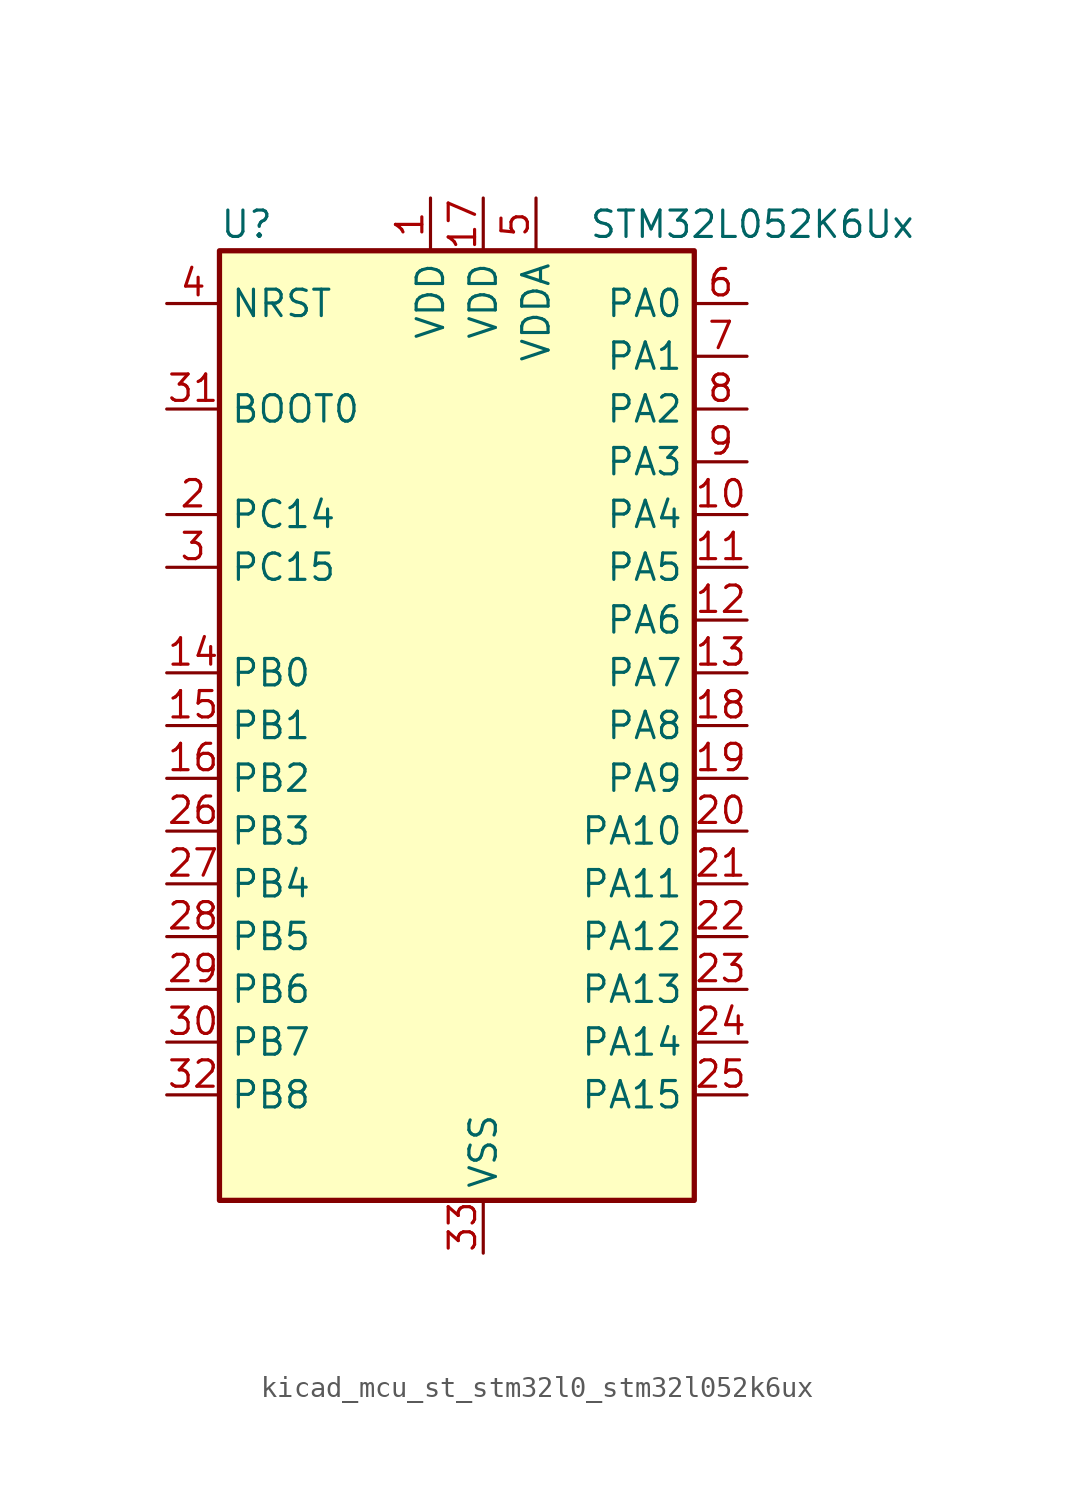
<source format=kicad_sym>
(kicad_symbol_lib
  (version 20220914)
  (generator kicad_symbol_editor)
  (symbol "kicad_mcu_st_stm32l0_stm32l052k6ux"
    (property "Reference" "U"
      (at -10.16 24.13 0)
      (effects (font (size 1.27 1.27)) (justify left)))
    (property "Value" "STM32L052K6Ux"
      (at 7.62 24.13 0)
      (effects (font (size 1.27 1.27)) (justify left)))
    (property "ki_locked" ""
      (at 0 0 0)
      (effects (font (size 1.27 1.27))))
    (symbol "kicad_mcu_st_stm32l0_stm32l052k6ux_0_1"
      (rectangle (start -10.16 -22.86) (end 12.7 22.86) (stroke (width 0.254) (type default)) (fill (type background))))
    (symbol "kicad_mcu_st_stm32l0_stm32l052k6ux_1_1"
      (pin power_in line (at 0 25.4 270) (length 2.54) (name "VDD" (effects (font (size 1.27 1.27)))) (number "1" (effects (font (size 1.27 1.27)))))
      (pin bidirectional line (at 15.24 10.16 180) (length 2.54) (name "PA4" (effects (font (size 1.27 1.27)))) (number "10" (effects (font (size 1.27 1.27)))) (alternate "ADC_IN4" bidirectional line) (alternate "COMP1_INM" bidirectional line) (alternate "COMP2_INM" bidirectional line) (alternate "DAC_OUT1" bidirectional line) (alternate "SPI1_NSS" bidirectional line) (alternate "TIM22_ETR" bidirectional line) (alternate "TSC_G2_IO1" bidirectional line) (alternate "USART2_CK" bidirectional line))
      (pin bidirectional line (at 15.24 7.62 180) (length 2.54) (name "PA5" (effects (font (size 1.27 1.27)))) (number "11" (effects (font (size 1.27 1.27)))) (alternate "ADC_IN5" bidirectional line) (alternate "COMP1_INM" bidirectional line) (alternate "COMP2_INM" bidirectional line) (alternate "SPI1_SCK" bidirectional line) (alternate "TIM2_CH1" bidirectional line) (alternate "TIM2_ETR" bidirectional line) (alternate "TSC_G2_IO2" bidirectional line))
      (pin bidirectional line (at 15.24 5.08 180) (length 2.54) (name "PA6" (effects (font (size 1.27 1.27)))) (number "12" (effects (font (size 1.27 1.27)))) (alternate "ADC_IN6" bidirectional line) (alternate "COMP1_OUT" bidirectional line) (alternate "SPI1_MISO" bidirectional line) (alternate "TIM22_CH1" bidirectional line) (alternate "TSC_G2_IO3" bidirectional line))
      (pin bidirectional line (at 15.24 2.54 180) (length 2.54) (name "PA7" (effects (font (size 1.27 1.27)))) (number "13" (effects (font (size 1.27 1.27)))) (alternate "ADC_IN7" bidirectional line) (alternate "COMP2_OUT" bidirectional line) (alternate "SPI1_MOSI" bidirectional line) (alternate "TIM22_CH2" bidirectional line) (alternate "TSC_G2_IO4" bidirectional line))
      (pin bidirectional line (at -12.7 2.54 0) (length 2.54) (name "PB0" (effects (font (size 1.27 1.27)))) (number "14" (effects (font (size 1.27 1.27)))) (alternate "ADC_IN8" bidirectional line) (alternate "SYS_VREF_OUT_PB0" bidirectional line) (alternate "TSC_G3_IO2" bidirectional line))
      (pin bidirectional line (at -12.7 0 0) (length 2.54) (name "PB1" (effects (font (size 1.27 1.27)))) (number "15" (effects (font (size 1.27 1.27)))) (alternate "ADC_IN9" bidirectional line) (alternate "SYS_VREF_OUT_PB1" bidirectional line) (alternate "TSC_G3_IO3" bidirectional line))
      (pin bidirectional line (at -12.7 -2.54 0) (length 2.54) (name "PB2" (effects (font (size 1.27 1.27)))) (number "16" (effects (font (size 1.27 1.27)))) (alternate "LPTIM1_OUT" bidirectional line) (alternate "TSC_G3_IO4" bidirectional line))
      (pin power_in line (at 2.54 25.4 270) (length 2.54) (name "VDD" (effects (font (size 1.27 1.27)))) (number "17" (effects (font (size 1.27 1.27)))))
      (pin bidirectional line (at 15.24 0 180) (length 2.54) (name "PA8" (effects (font (size 1.27 1.27)))) (number "18" (effects (font (size 1.27 1.27)))) (alternate "CRS_SYNC" bidirectional line) (alternate "RCC_MCO" bidirectional line) (alternate "USART1_CK" bidirectional line))
      (pin bidirectional line (at 15.24 -2.54 180) (length 2.54) (name "PA9" (effects (font (size 1.27 1.27)))) (number "19" (effects (font (size 1.27 1.27)))) (alternate "DAC_EXTI9" bidirectional line) (alternate "RCC_MCO" bidirectional line) (alternate "TSC_G4_IO1" bidirectional line) (alternate "USART1_TX" bidirectional line))
      (pin bidirectional line (at -12.7 10.16 0) (length 2.54) (name "PC14" (effects (font (size 1.27 1.27)))) (number "2" (effects (font (size 1.27 1.27)))) (alternate "RCC_OSC32_IN" bidirectional line))
      (pin bidirectional line (at 15.24 -5.08 180) (length 2.54) (name "PA10" (effects (font (size 1.27 1.27)))) (number "20" (effects (font (size 1.27 1.27)))) (alternate "TSC_G4_IO2" bidirectional line) (alternate "USART1_RX" bidirectional line))
      (pin bidirectional line (at 15.24 -7.62 180) (length 2.54) (name "PA11" (effects (font (size 1.27 1.27)))) (number "21" (effects (font (size 1.27 1.27)))) (alternate "ADC_EXTI11" bidirectional line) (alternate "COMP1_OUT" bidirectional line) (alternate "SPI1_MISO" bidirectional line) (alternate "TSC_G4_IO3" bidirectional line) (alternate "USART1_CTS" bidirectional line) (alternate "USB_DM" bidirectional line))
      (pin bidirectional line (at 15.24 -10.16 180) (length 2.54) (name "PA12" (effects (font (size 1.27 1.27)))) (number "22" (effects (font (size 1.27 1.27)))) (alternate "COMP2_OUT" bidirectional line) (alternate "SPI1_MOSI" bidirectional line) (alternate "TSC_G4_IO4" bidirectional line) (alternate "USART1_DE" bidirectional line) (alternate "USART1_RTS" bidirectional line) (alternate "USB_DP" bidirectional line))
      (pin bidirectional line (at 15.24 -12.7 180) (length 2.54) (name "PA13" (effects (font (size 1.27 1.27)))) (number "23" (effects (font (size 1.27 1.27)))) (alternate "SYS_SWDIO" bidirectional line) (alternate "USB_NOE" bidirectional line))
      (pin bidirectional line (at 15.24 -15.24 180) (length 2.54) (name "PA14" (effects (font (size 1.27 1.27)))) (number "24" (effects (font (size 1.27 1.27)))) (alternate "SYS_SWCLK" bidirectional line) (alternate "USART2_TX" bidirectional line))
      (pin bidirectional line (at 15.24 -17.78 180) (length 2.54) (name "PA15" (effects (font (size 1.27 1.27)))) (number "25" (effects (font (size 1.27 1.27)))) (alternate "SPI1_NSS" bidirectional line) (alternate "TIM2_CH1" bidirectional line) (alternate "TIM2_ETR" bidirectional line) (alternate "USART2_RX" bidirectional line))
      (pin bidirectional line (at -12.7 -5.08 0) (length 2.54) (name "PB3" (effects (font (size 1.27 1.27)))) (number "26" (effects (font (size 1.27 1.27)))) (alternate "COMP2_INM" bidirectional line) (alternate "SPI1_SCK" bidirectional line) (alternate "TIM2_CH2" bidirectional line) (alternate "TSC_G5_IO1" bidirectional line))
      (pin bidirectional line (at -12.7 -7.62 0) (length 2.54) (name "PB4" (effects (font (size 1.27 1.27)))) (number "27" (effects (font (size 1.27 1.27)))) (alternate "COMP2_INP" bidirectional line) (alternate "SPI1_MISO" bidirectional line) (alternate "TIM22_CH1" bidirectional line) (alternate "TSC_G5_IO2" bidirectional line))
      (pin bidirectional line (at -12.7 -10.16 0) (length 2.54) (name "PB5" (effects (font (size 1.27 1.27)))) (number "28" (effects (font (size 1.27 1.27)))) (alternate "COMP2_INP" bidirectional line) (alternate "I2C1_SMBA" bidirectional line) (alternate "LPTIM1_IN1" bidirectional line) (alternate "SPI1_MOSI" bidirectional line) (alternate "TIM22_CH2" bidirectional line))
      (pin bidirectional line (at -12.7 -12.7 0) (length 2.54) (name "PB6" (effects (font (size 1.27 1.27)))) (number "29" (effects (font (size 1.27 1.27)))) (alternate "COMP2_INP" bidirectional line) (alternate "I2C1_SCL" bidirectional line) (alternate "LPTIM1_ETR" bidirectional line) (alternate "TSC_G5_IO3" bidirectional line) (alternate "USART1_TX" bidirectional line))
      (pin bidirectional line (at -12.7 7.62 0) (length 2.54) (name "PC15" (effects (font (size 1.27 1.27)))) (number "3" (effects (font (size 1.27 1.27)))) (alternate "RCC_OSC32_OUT" bidirectional line))
      (pin bidirectional line (at -12.7 -15.24 0) (length 2.54) (name "PB7" (effects (font (size 1.27 1.27)))) (number "30" (effects (font (size 1.27 1.27)))) (alternate "COMP2_INP" bidirectional line) (alternate "I2C1_SDA" bidirectional line) (alternate "LPTIM1_IN2" bidirectional line) (alternate "SYS_PVD_IN" bidirectional line) (alternate "TSC_G5_IO4" bidirectional line) (alternate "USART1_RX" bidirectional line))
      (pin input line (at -12.7 15.24 0) (length 2.54) (name "BOOT0" (effects (font (size 1.27 1.27)))) (number "31" (effects (font (size 1.27 1.27)))))
      (pin bidirectional line (at -12.7 -17.78 0) (length 2.54) (name "PB8" (effects (font (size 1.27 1.27)))) (number "32" (effects (font (size 1.27 1.27)))) (alternate "I2C1_SCL" bidirectional line) (alternate "TSC_SYNC" bidirectional line))
      (pin power_in line (at 2.54 -25.4 90) (length 2.54) (name "VSS" (effects (font (size 1.27 1.27)))) (number "33" (effects (font (size 1.27 1.27)))))
      (pin input line (at -12.7 20.32 0) (length 2.54) (name "NRST" (effects (font (size 1.27 1.27)))) (number "4" (effects (font (size 1.27 1.27)))))
      (pin power_in line (at 5.08 25.4 270) (length 2.54) (name "VDDA" (effects (font (size 1.27 1.27)))) (number "5" (effects (font (size 1.27 1.27)))))
      (pin bidirectional line (at 15.24 20.32 180) (length 2.54) (name "PA0" (effects (font (size 1.27 1.27)))) (number "6" (effects (font (size 1.27 1.27)))) (alternate "ADC_IN0" bidirectional line) (alternate "COMP1_INM" bidirectional line) (alternate "COMP1_OUT" bidirectional line) (alternate "RTC_TAMP2" bidirectional line) (alternate "SYS_WKUP1" bidirectional line) (alternate "TIM2_CH1" bidirectional line) (alternate "TIM2_ETR" bidirectional line) (alternate "TSC_G1_IO1" bidirectional line) (alternate "USART2_CTS" bidirectional line))
      (pin bidirectional line (at 15.24 17.78 180) (length 2.54) (name "PA1" (effects (font (size 1.27 1.27)))) (number "7" (effects (font (size 1.27 1.27)))) (alternate "ADC_IN1" bidirectional line) (alternate "COMP1_INP" bidirectional line) (alternate "TIM21_ETR" bidirectional line) (alternate "TIM2_CH2" bidirectional line) (alternate "TSC_G1_IO2" bidirectional line) (alternate "USART2_DE" bidirectional line) (alternate "USART2_RTS" bidirectional line))
      (pin bidirectional line (at 15.24 15.24 180) (length 2.54) (name "PA2" (effects (font (size 1.27 1.27)))) (number "8" (effects (font (size 1.27 1.27)))) (alternate "ADC_IN2" bidirectional line) (alternate "COMP2_INM" bidirectional line) (alternate "COMP2_OUT" bidirectional line) (alternate "TIM21_CH1" bidirectional line) (alternate "TIM2_CH3" bidirectional line) (alternate "TSC_G1_IO3" bidirectional line) (alternate "USART2_TX" bidirectional line))
      (pin bidirectional line (at 15.24 12.7 180) (length 2.54) (name "PA3" (effects (font (size 1.27 1.27)))) (number "9" (effects (font (size 1.27 1.27)))) (alternate "ADC_IN3" bidirectional line) (alternate "COMP2_INP" bidirectional line) (alternate "TIM21_CH2" bidirectional line) (alternate "TIM2_CH4" bidirectional line) (alternate "TSC_G1_IO4" bidirectional line) (alternate "USART2_RX" bidirectional line)))))
</source>
